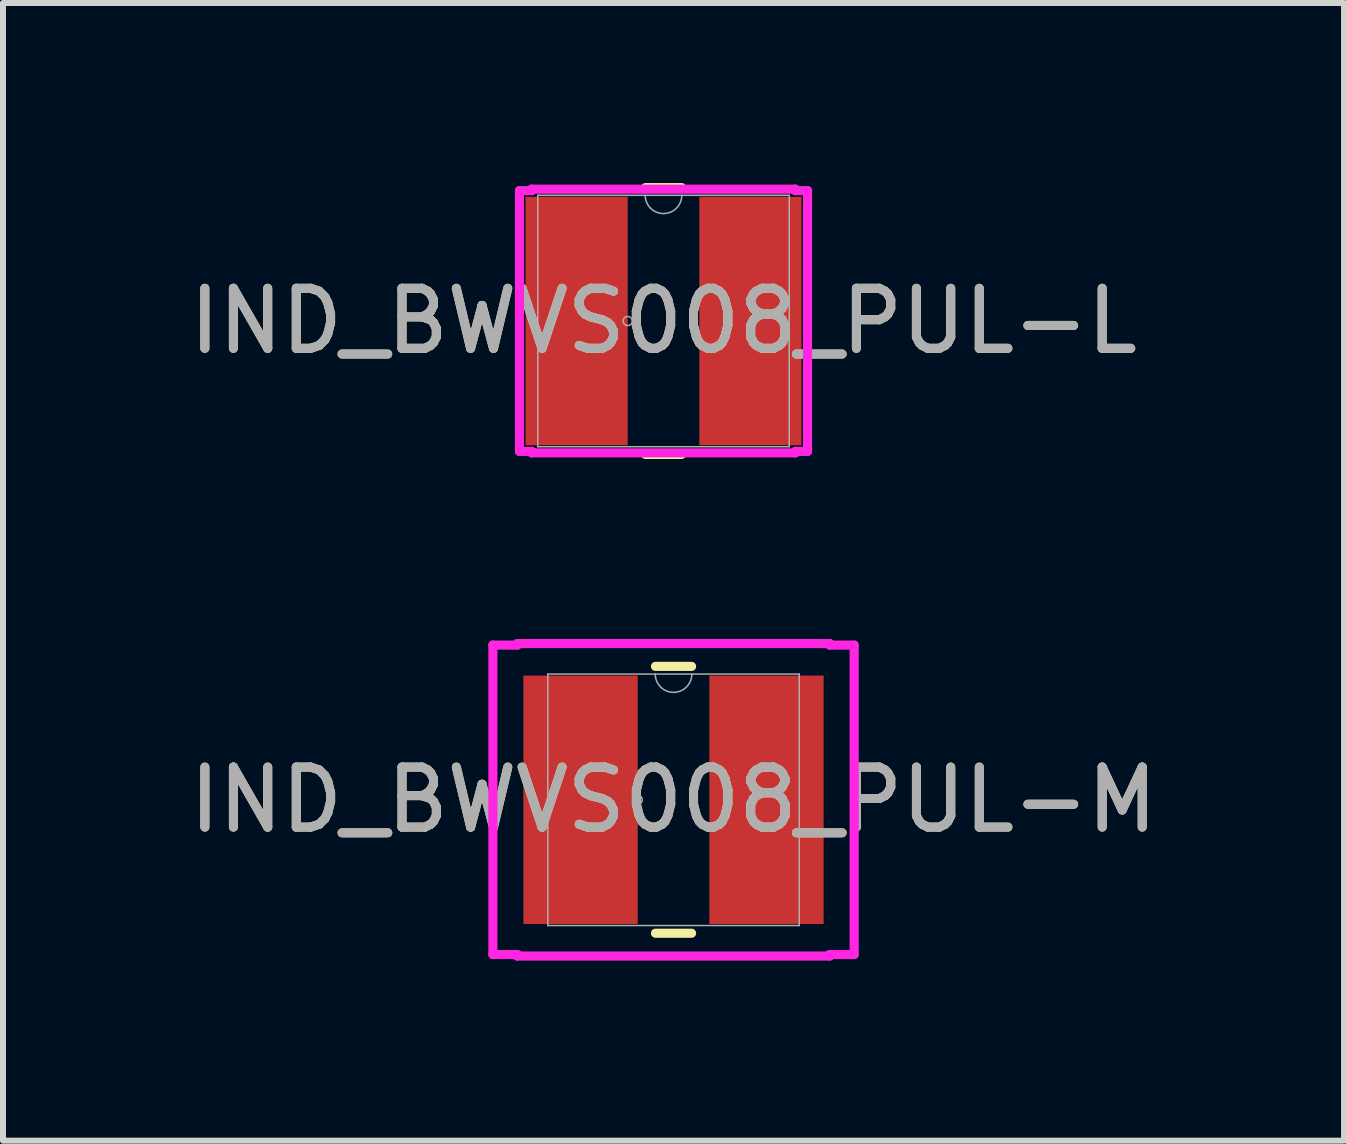
<source format=kicad_pcb>
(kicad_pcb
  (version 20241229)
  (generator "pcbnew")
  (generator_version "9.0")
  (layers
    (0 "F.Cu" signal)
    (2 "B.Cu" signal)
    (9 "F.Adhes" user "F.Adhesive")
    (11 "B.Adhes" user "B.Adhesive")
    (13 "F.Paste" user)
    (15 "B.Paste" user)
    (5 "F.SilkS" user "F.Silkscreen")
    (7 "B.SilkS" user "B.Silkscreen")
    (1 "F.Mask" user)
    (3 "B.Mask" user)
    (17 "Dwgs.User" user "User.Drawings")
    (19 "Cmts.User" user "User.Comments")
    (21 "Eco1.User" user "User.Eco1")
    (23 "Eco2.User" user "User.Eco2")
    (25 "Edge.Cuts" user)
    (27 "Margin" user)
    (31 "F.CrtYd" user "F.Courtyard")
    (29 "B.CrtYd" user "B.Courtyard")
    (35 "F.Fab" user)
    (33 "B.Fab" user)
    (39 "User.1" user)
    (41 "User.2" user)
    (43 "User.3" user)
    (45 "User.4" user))
  (footprint "IND_BWVS008_PUL-M"
    (layer "F.Cu")
    (at 8.173 10.277)
    (property "Reference" "IND_BWVS008_PUL-M" (at 0 0 0) (unlocked yes) (layer "F.SilkS") (effects (font (size 1 1) (thickness 0.15))))
    (attr smd)
    (fp_line (start -0.301 2.223) (end 0.301 2.223) (stroke (width 0.152) (type solid)) (layer "F.SilkS"))
    (fp_line (start 0.301 -2.223) (end -0.301 -2.223) (stroke (width 0.152) (type solid)) (layer "F.SilkS"))
    (fp_line (start -3.01 -2.578) (end -2.603 -2.578) (stroke (width 0.152) (type solid)) (layer "F.CrtYd"))
    (fp_line (start -3.01 2.578) (end -3.01 -2.578) (stroke (width 0.152) (type solid)) (layer "F.CrtYd"))
    (fp_line (start -3.01 2.578) (end -2.603 2.578) (stroke (width 0.152) (type solid)) (layer "F.CrtYd"))
    (fp_line (start -2.603 -2.603) (end 2.603 -2.603) (stroke (width 0.152) (type solid)) (layer "F.CrtYd"))
    (fp_line (start -2.603 -2.578) (end -2.603 -2.603) (stroke (width 0.152) (type solid)) (layer "F.CrtYd"))
    (fp_line (start -2.603 2.603) (end -2.603 2.578) (stroke (width 0.152) (type solid)) (layer "F.CrtYd"))
    (fp_line (start 2.603 -2.603) (end 2.603 -2.578) (stroke (width 0.152) (type solid)) (layer "F.CrtYd"))
    (fp_line (start 2.603 2.578) (end 2.603 2.603) (stroke (width 0.152) (type solid)) (layer "F.CrtYd"))
    (fp_line (start 2.603 2.603) (end -2.603 2.603) (stroke (width 0.152) (type solid)) (layer "F.CrtYd"))
    (fp_line (start 3.01 -2.578) (end 2.603 -2.578) (stroke (width 0.152) (type solid)) (layer "F.CrtYd"))
    (fp_line (start 3.01 -2.578) (end 3.01 2.578) (stroke (width 0.152) (type solid)) (layer "F.CrtYd"))
    (fp_line (start 3.01 2.578) (end 2.603 2.578) (stroke (width 0.152) (type solid)) (layer "F.CrtYd"))
    (fp_line (start -2.095 -2.095) (end -2.095 2.095) (stroke (width 0.025) (type solid)) (layer "F.Fab"))
    (fp_line (start -2.095 2.095) (end 2.095 2.095) (stroke (width 0.025) (type solid)) (layer "F.Fab"))
    (fp_line (start 2.095 -2.095) (end -2.095 -2.095) (stroke (width 0.025) (type solid)) (layer "F.Fab"))
    (fp_line (start 2.095 2.095) (end 2.095 -2.095) (stroke (width 0.025) (type solid)) (layer "F.Fab"))
    (fp_arc (start 0.3048 -2.0955) (mid 0 -1.7907) (end -0.3048 -2.0955) (stroke (width 0.0254) (type solid)) (layer "F.Fab"))
    (fp_circle (center -0.597 0) (end -0.521 0) (stroke (width 0.025) (type solid)) (fill no) (layer "F.Fab"))
    (fp_text user "${REFERENCE}" (at 0 0 0) (unlocked yes) (layer "F.Fab") (effects (font (size 1 1) (thickness 0.15))))
    (pad "1" smd rect (at -1.549 0) (size 1.905 4.14) (layers "F.Cu" "F.Mask" "F.Paste"))
    (pad "2" smd rect (at 1.549 0) (size 1.905 4.14) (layers "F.Cu" "F.Mask" "F.Paste")))
  (footprint "IND_BWVS008_PUL-L"
    (layer "F.Cu")
    (at 8.006 2.299)
    (property "Reference" "IND_BWVS008_PUL-L" (at 0 0 0) (unlocked yes) (layer "F.SilkS") (effects (font (size 1 1) (thickness 0.15))))
    (attr smd)
    (fp_line (start -0.301 2.223) (end 0.301 2.223) (stroke (width 0.152) (type solid)) (layer "F.SilkS"))
    (fp_line (start 0.301 -2.223) (end -0.301 -2.223) (stroke (width 0.152) (type solid)) (layer "F.SilkS"))
    (fp_line (start -2.4 -2.172) (end -2.197 -2.172) (stroke (width 0.152) (type solid)) (layer "F.CrtYd"))
    (fp_line (start -2.4 2.172) (end -2.4 -2.172) (stroke (width 0.152) (type solid)) (layer "F.CrtYd"))
    (fp_line (start -2.4 2.172) (end -2.197 2.172) (stroke (width 0.152) (type solid)) (layer "F.CrtYd"))
    (fp_line (start -2.197 -2.197) (end 2.197 -2.197) (stroke (width 0.152) (type solid)) (layer "F.CrtYd"))
    (fp_line (start -2.197 -2.172) (end -2.197 -2.197) (stroke (width 0.152) (type solid)) (layer "F.CrtYd"))
    (fp_line (start -2.197 2.197) (end -2.197 2.172) (stroke (width 0.152) (type solid)) (layer "F.CrtYd"))
    (fp_line (start 2.197 -2.197) (end 2.197 -2.172) (stroke (width 0.152) (type solid)) (layer "F.CrtYd"))
    (fp_line (start 2.197 2.172) (end 2.197 2.197) (stroke (width 0.152) (type solid)) (layer "F.CrtYd"))
    (fp_line (start 2.197 2.197) (end -2.197 2.197) (stroke (width 0.152) (type solid)) (layer "F.CrtYd"))
    (fp_line (start 2.4 -2.172) (end 2.197 -2.172) (stroke (width 0.152) (type solid)) (layer "F.CrtYd"))
    (fp_line (start 2.4 -2.172) (end 2.4 2.172) (stroke (width 0.152) (type solid)) (layer "F.CrtYd"))
    (fp_line (start 2.4 2.172) (end 2.197 2.172) (stroke (width 0.152) (type solid)) (layer "F.CrtYd"))
    (fp_line (start -2.095 -2.095) (end -2.095 2.095) (stroke (width 0.025) (type solid)) (layer "F.Fab"))
    (fp_line (start -2.095 2.095) (end 2.095 2.095) (stroke (width 0.025) (type solid)) (layer "F.Fab"))
    (fp_line (start 2.095 -2.095) (end -2.095 -2.095) (stroke (width 0.025) (type solid)) (layer "F.Fab"))
    (fp_line (start 2.095 2.095) (end 2.095 -2.095) (stroke (width 0.025) (type solid)) (layer "F.Fab"))
    (fp_arc (start 0.3048 -2.0955) (mid 0 -1.7907) (end -0.3048 -2.0955) (stroke (width 0.0254) (type solid)) (layer "F.Fab"))
    (fp_circle (center -0.597 0) (end -0.521 0) (stroke (width 0.025) (type solid)) (fill no) (layer "F.Fab"))
    (fp_text user "${REFERENCE}" (at 0 0 0) (unlocked yes) (layer "F.Fab") (effects (font (size 1 1) (thickness 0.15))))
    (pad "1" smd rect (at -1.448 0) (size 1.702 4.14) (layers "F.Cu" "F.Mask" "F.Paste"))
    (pad "2" smd rect (at 1.448 0) (size 1.702 4.14) (layers "F.Cu" "F.Mask" "F.Paste")))
  (gr_rect
    (start -3 -3)
    (end 19.345 15.957)
    (stroke (width 0.1) (type default))
    (fill no)
    (layer "Edge.Cuts")))
</source>
